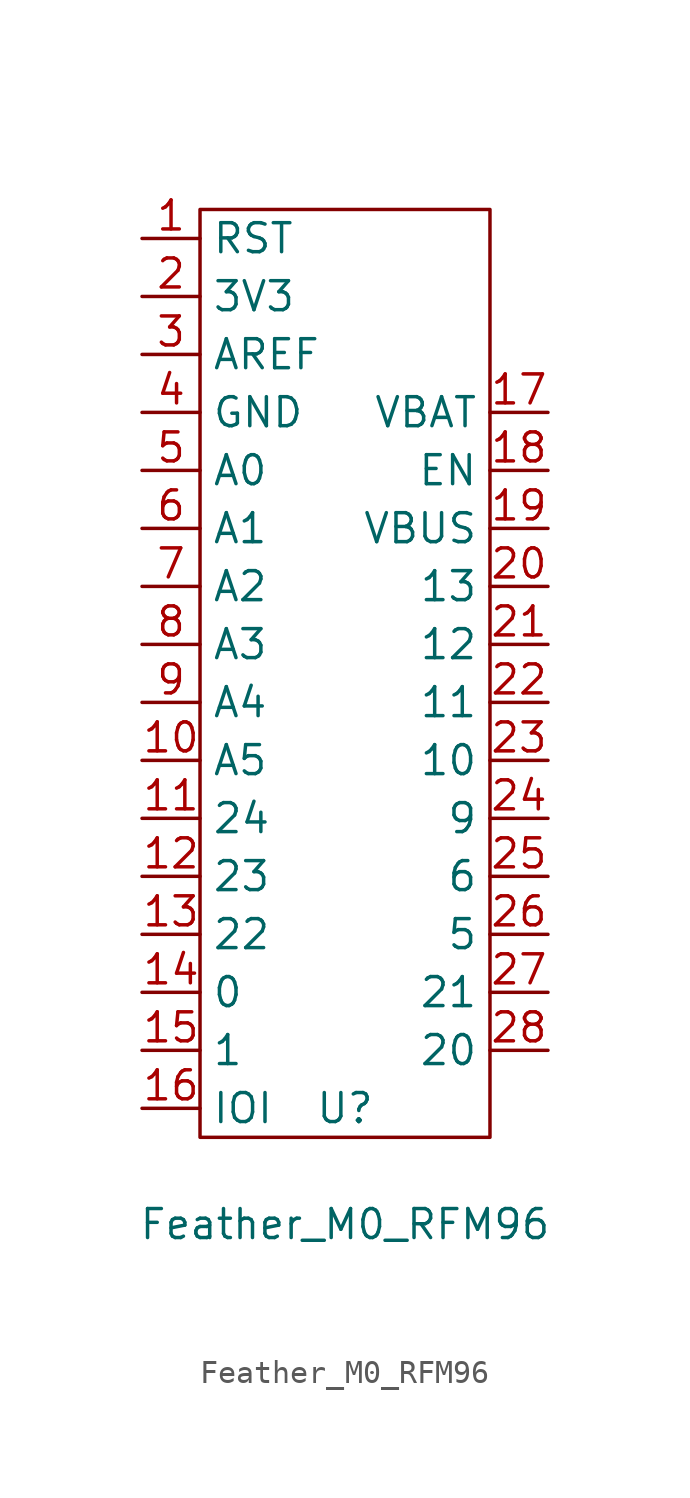
<source format=kicad_sym>
(kicad_symbol_lib
  (version 20211014)
  (generator kicad_symbol_editor)
  (symbol "Feather_M0_RFM96"
    (property "Reference" "U"
      (at 0 -19.05 0)
      (effects (font (size 1.27 1.27))))
    (property "Value" "Feather_M0_RFM96"
      (at 0 -24.13 0)
      (effects (font (size 1.27 1.27))))
    (symbol "Feather_M0_RFM96_0_1"
      (rectangle (start -6.35 20.32) (end 6.35 -20.32) (stroke (width 0.152) (type default) (color 0 0 0 0)) (fill (type none))))
    (symbol "Feather_M0_RFM96_1_1"
      (pin input line (at -8.89 19.05 0) (length 2.54) (name "RST" (effects (font (size 1.27 1.27)))) (number "1" (effects (font (size 1.27 1.27)))))
      (pin input line (at -8.89 -3.81 0) (length 2.54) (name "A5" (effects (font (size 1.27 1.27)))) (number "10" (effects (font (size 1.27 1.27)))))
      (pin input line (at -8.89 -6.35 0) (length 2.54) (name "24" (effects (font (size 1.27 1.27)))) (number "11" (effects (font (size 1.27 1.27)))))
      (pin input line (at -8.89 -8.89 0) (length 2.54) (name "23" (effects (font (size 1.27 1.27)))) (number "12" (effects (font (size 1.27 1.27)))))
      (pin input line (at -8.89 -11.43 0) (length 2.54) (name "22" (effects (font (size 1.27 1.27)))) (number "13" (effects (font (size 1.27 1.27)))))
      (pin input line (at -8.89 -13.97 0) (length 2.54) (name "0" (effects (font (size 1.27 1.27)))) (number "14" (effects (font (size 1.27 1.27)))))
      (pin input line (at -8.89 -16.51 0) (length 2.54) (name "1" (effects (font (size 1.27 1.27)))) (number "15" (effects (font (size 1.27 1.27)))))
      (pin input line (at -8.89 -19.05 0) (length 2.54) (name "IOI" (effects (font (size 1.27 1.27)))) (number "16" (effects (font (size 1.27 1.27)))))
      (pin input line (at 8.89 11.43 180) (length 2.54) (name "VBAT" (effects (font (size 1.27 1.27)))) (number "17" (effects (font (size 1.27 1.27)))))
      (pin input line (at 8.89 8.89 180) (length 2.54) (name "EN" (effects (font (size 1.27 1.27)))) (number "18" (effects (font (size 1.27 1.27)))))
      (pin input line (at 8.89 6.35 180) (length 2.54) (name "VBUS" (effects (font (size 1.27 1.27)))) (number "19" (effects (font (size 1.27 1.27)))))
      (pin input line (at -8.89 16.51 0) (length 2.54) (name "3V3" (effects (font (size 1.27 1.27)))) (number "2" (effects (font (size 1.27 1.27)))))
      (pin input line (at 8.89 3.81 180) (length 2.54) (name "13" (effects (font (size 1.27 1.27)))) (number "20" (effects (font (size 1.27 1.27)))))
      (pin input line (at 8.89 1.27 180) (length 2.54) (name "12" (effects (font (size 1.27 1.27)))) (number "21" (effects (font (size 1.27 1.27)))))
      (pin input line (at 8.89 -1.27 180) (length 2.54) (name "11" (effects (font (size 1.27 1.27)))) (number "22" (effects (font (size 1.27 1.27)))))
      (pin input line (at 8.89 -3.81 180) (length 2.54) (name "10" (effects (font (size 1.27 1.27)))) (number "23" (effects (font (size 1.27 1.27)))))
      (pin input line (at 8.89 -6.35 180) (length 2.54) (name "9" (effects (font (size 1.27 1.27)))) (number "24" (effects (font (size 1.27 1.27)))))
      (pin input line (at 8.89 -8.89 180) (length 2.54) (name "6" (effects (font (size 1.27 1.27)))) (number "25" (effects (font (size 1.27 1.27)))))
      (pin input line (at 8.89 -11.43 180) (length 2.54) (name "5" (effects (font (size 1.27 1.27)))) (number "26" (effects (font (size 1.27 1.27)))))
      (pin input line (at 8.89 -13.97 180) (length 2.54) (name "21" (effects (font (size 1.27 1.27)))) (number "27" (effects (font (size 1.27 1.27)))))
      (pin input line (at 8.89 -16.51 180) (length 2.54) (name "20" (effects (font (size 1.27 1.27)))) (number "28" (effects (font (size 1.27 1.27)))))
      (pin input line (at -8.89 13.97 0) (length 2.54) (name "AREF" (effects (font (size 1.27 1.27)))) (number "3" (effects (font (size 1.27 1.27)))))
      (pin input line (at -8.89 11.43 0) (length 2.54) (name "GND" (effects (font (size 1.27 1.27)))) (number "4" (effects (font (size 1.27 1.27)))))
      (pin input line (at -8.89 8.89 0) (length 2.54) (name "A0" (effects (font (size 1.27 1.27)))) (number "5" (effects (font (size 1.27 1.27)))))
      (pin input line (at -8.89 6.35 0) (length 2.54) (name "A1" (effects (font (size 1.27 1.27)))) (number "6" (effects (font (size 1.27 1.27)))))
      (pin input line (at -8.89 3.81 0) (length 2.54) (name "A2" (effects (font (size 1.27 1.27)))) (number "7" (effects (font (size 1.27 1.27)))))
      (pin input line (at -8.89 1.27 0) (length 2.54) (name "A3" (effects (font (size 1.27 1.27)))) (number "8" (effects (font (size 1.27 1.27)))))
      (pin input line (at -8.89 -1.27 0) (length 2.54) (name "A4" (effects (font (size 1.27 1.27)))) (number "9" (effects (font (size 1.27 1.27))))))))
</source>
